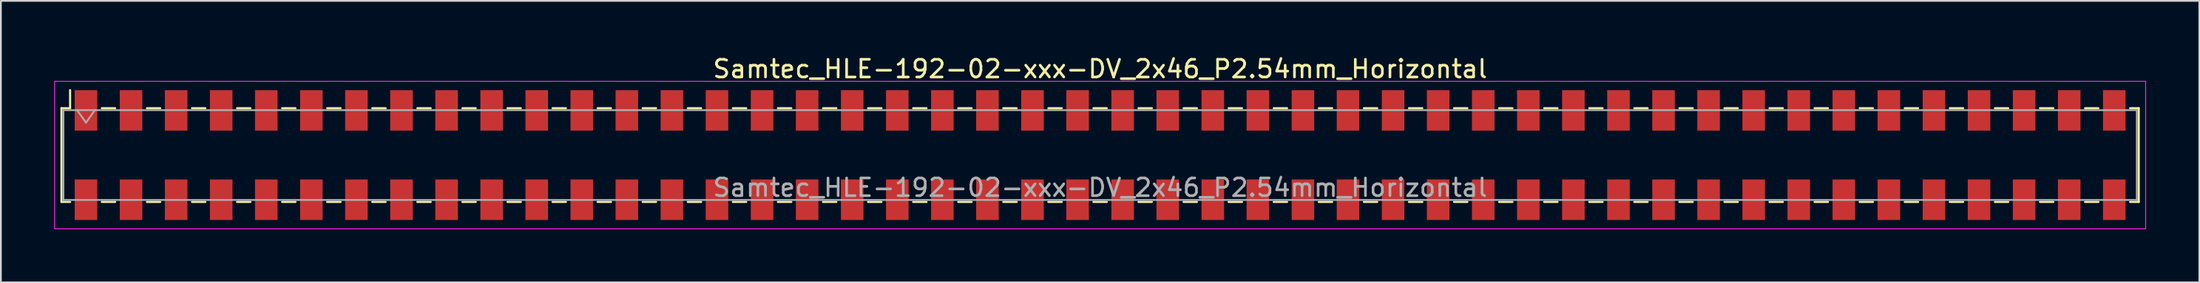
<source format=kicad_pcb>
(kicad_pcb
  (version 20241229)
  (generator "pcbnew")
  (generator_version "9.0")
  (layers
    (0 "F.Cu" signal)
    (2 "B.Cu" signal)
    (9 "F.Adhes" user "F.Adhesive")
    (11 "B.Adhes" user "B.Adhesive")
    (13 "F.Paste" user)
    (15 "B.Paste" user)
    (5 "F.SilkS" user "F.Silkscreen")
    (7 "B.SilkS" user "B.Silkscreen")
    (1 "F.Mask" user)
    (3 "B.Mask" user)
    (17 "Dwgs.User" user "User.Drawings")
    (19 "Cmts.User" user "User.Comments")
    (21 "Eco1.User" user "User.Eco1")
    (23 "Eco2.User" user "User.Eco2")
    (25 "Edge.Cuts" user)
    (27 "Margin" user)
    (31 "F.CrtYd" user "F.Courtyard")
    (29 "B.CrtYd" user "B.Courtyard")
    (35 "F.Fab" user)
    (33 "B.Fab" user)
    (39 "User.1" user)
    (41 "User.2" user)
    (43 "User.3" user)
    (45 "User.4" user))
  (footprint "Samtec_HLE-192-02-xxx-DV_2x46_P2.54mm_Horizontal"
    (layer "F.Cu")
    (at 58.945 5.718)
    (property "Reference" "Samtec_HLE-192-02-xxx-DV_2x46_P2.54mm_Horizontal" (at 0 -4.87 0) (layer "F.SilkS") (effects (font (size 1 1) (thickness 0.15))))
    (attr smd)
    (fp_line (start -58.53 -2.65) (end -58.53 2.65) (stroke (width 0.12) (type solid)) (layer "F.SilkS"))
    (fp_line (start -58.53 2.65) (end -58.045 2.65) (stroke (width 0.12) (type solid)) (layer "F.SilkS"))
    (fp_line (start -58.045 -3.67) (end -58.045 -2.65) (stroke (width 0.12) (type solid)) (layer "F.SilkS"))
    (fp_line (start -58.045 -2.65) (end -58.53 -2.65) (stroke (width 0.12) (type solid)) (layer "F.SilkS"))
    (fp_line (start -56.255 -2.65) (end -55.505 -2.65) (stroke (width 0.12) (type solid)) (layer "F.SilkS"))
    (fp_line (start -56.255 2.65) (end -55.505 2.65) (stroke (width 0.12) (type solid)) (layer "F.SilkS"))
    (fp_line (start -53.715 -2.65) (end -52.965 -2.65) (stroke (width 0.12) (type solid)) (layer "F.SilkS"))
    (fp_line (start -53.715 2.65) (end -52.965 2.65) (stroke (width 0.12) (type solid)) (layer "F.SilkS"))
    (fp_line (start -51.175 -2.65) (end -50.425 -2.65) (stroke (width 0.12) (type solid)) (layer "F.SilkS"))
    (fp_line (start -51.175 2.65) (end -50.425 2.65) (stroke (width 0.12) (type solid)) (layer "F.SilkS"))
    (fp_line (start -48.635 -2.65) (end -47.885 -2.65) (stroke (width 0.12) (type solid)) (layer "F.SilkS"))
    (fp_line (start -48.635 2.65) (end -47.885 2.65) (stroke (width 0.12) (type solid)) (layer "F.SilkS"))
    (fp_line (start -46.095 -2.65) (end -45.345 -2.65) (stroke (width 0.12) (type solid)) (layer "F.SilkS"))
    (fp_line (start -46.095 2.65) (end -45.345 2.65) (stroke (width 0.12) (type solid)) (layer "F.SilkS"))
    (fp_line (start -43.555 -2.65) (end -42.805 -2.65) (stroke (width 0.12) (type solid)) (layer "F.SilkS"))
    (fp_line (start -43.555 2.65) (end -42.805 2.65) (stroke (width 0.12) (type solid)) (layer "F.SilkS"))
    (fp_line (start -41.015 -2.65) (end -40.265 -2.65) (stroke (width 0.12) (type solid)) (layer "F.SilkS"))
    (fp_line (start -41.015 2.65) (end -40.265 2.65) (stroke (width 0.12) (type solid)) (layer "F.SilkS"))
    (fp_line (start -38.475 -2.65) (end -37.725 -2.65) (stroke (width 0.12) (type solid)) (layer "F.SilkS"))
    (fp_line (start -38.475 2.65) (end -37.725 2.65) (stroke (width 0.12) (type solid)) (layer "F.SilkS"))
    (fp_line (start -35.935 -2.65) (end -35.185 -2.65) (stroke (width 0.12) (type solid)) (layer "F.SilkS"))
    (fp_line (start -35.935 2.65) (end -35.185 2.65) (stroke (width 0.12) (type solid)) (layer "F.SilkS"))
    (fp_line (start -33.395 -2.65) (end -32.645 -2.65) (stroke (width 0.12) (type solid)) (layer "F.SilkS"))
    (fp_line (start -33.395 2.65) (end -32.645 2.65) (stroke (width 0.12) (type solid)) (layer "F.SilkS"))
    (fp_line (start -30.855 -2.65) (end -30.105 -2.65) (stroke (width 0.12) (type solid)) (layer "F.SilkS"))
    (fp_line (start -30.855 2.65) (end -30.105 2.65) (stroke (width 0.12) (type solid)) (layer "F.SilkS"))
    (fp_line (start -28.315 -2.65) (end -27.565 -2.65) (stroke (width 0.12) (type solid)) (layer "F.SilkS"))
    (fp_line (start -28.315 2.65) (end -27.565 2.65) (stroke (width 0.12) (type solid)) (layer "F.SilkS"))
    (fp_line (start -25.775 -2.65) (end -25.025 -2.65) (stroke (width 0.12) (type solid)) (layer "F.SilkS"))
    (fp_line (start -25.775 2.65) (end -25.025 2.65) (stroke (width 0.12) (type solid)) (layer "F.SilkS"))
    (fp_line (start -23.235 -2.65) (end -22.485 -2.65) (stroke (width 0.12) (type solid)) (layer "F.SilkS"))
    (fp_line (start -23.235 2.65) (end -22.485 2.65) (stroke (width 0.12) (type solid)) (layer "F.SilkS"))
    (fp_line (start -20.695 -2.65) (end -19.945 -2.65) (stroke (width 0.12) (type solid)) (layer "F.SilkS"))
    (fp_line (start -20.695 2.65) (end -19.945 2.65) (stroke (width 0.12) (type solid)) (layer "F.SilkS"))
    (fp_line (start -18.155 -2.65) (end -17.405 -2.65) (stroke (width 0.12) (type solid)) (layer "F.SilkS"))
    (fp_line (start -18.155 2.65) (end -17.405 2.65) (stroke (width 0.12) (type solid)) (layer "F.SilkS"))
    (fp_line (start -15.615 -2.65) (end -14.865 -2.65) (stroke (width 0.12) (type solid)) (layer "F.SilkS"))
    (fp_line (start -15.615 2.65) (end -14.865 2.65) (stroke (width 0.12) (type solid)) (layer "F.SilkS"))
    (fp_line (start -13.075 -2.65) (end -12.325 -2.65) (stroke (width 0.12) (type solid)) (layer "F.SilkS"))
    (fp_line (start -13.075 2.65) (end -12.325 2.65) (stroke (width 0.12) (type solid)) (layer "F.SilkS"))
    (fp_line (start -10.535 -2.65) (end -9.785 -2.65) (stroke (width 0.12) (type solid)) (layer "F.SilkS"))
    (fp_line (start -10.535 2.65) (end -9.785 2.65) (stroke (width 0.12) (type solid)) (layer "F.SilkS"))
    (fp_line (start -7.995 -2.65) (end -7.245 -2.65) (stroke (width 0.12) (type solid)) (layer "F.SilkS"))
    (fp_line (start -7.995 2.65) (end -7.245 2.65) (stroke (width 0.12) (type solid)) (layer "F.SilkS"))
    (fp_line (start -5.455 -2.65) (end -4.705 -2.65) (stroke (width 0.12) (type solid)) (layer "F.SilkS"))
    (fp_line (start -5.455 2.65) (end -4.705 2.65) (stroke (width 0.12) (type solid)) (layer "F.SilkS"))
    (fp_line (start -2.915 -2.65) (end -2.165 -2.65) (stroke (width 0.12) (type solid)) (layer "F.SilkS"))
    (fp_line (start -2.915 2.65) (end -2.165 2.65) (stroke (width 0.12) (type solid)) (layer "F.SilkS"))
    (fp_line (start -0.375 -2.65) (end 0.375 -2.65) (stroke (width 0.12) (type solid)) (layer "F.SilkS"))
    (fp_line (start -0.375 2.65) (end 0.375 2.65) (stroke (width 0.12) (type solid)) (layer "F.SilkS"))
    (fp_line (start 2.165 -2.65) (end 2.915 -2.65) (stroke (width 0.12) (type solid)) (layer "F.SilkS"))
    (fp_line (start 2.165 2.65) (end 2.915 2.65) (stroke (width 0.12) (type solid)) (layer "F.SilkS"))
    (fp_line (start 4.705 -2.65) (end 5.455 -2.65) (stroke (width 0.12) (type solid)) (layer "F.SilkS"))
    (fp_line (start 4.705 2.65) (end 5.455 2.65) (stroke (width 0.12) (type solid)) (layer "F.SilkS"))
    (fp_line (start 7.245 -2.65) (end 7.995 -2.65) (stroke (width 0.12) (type solid)) (layer "F.SilkS"))
    (fp_line (start 7.245 2.65) (end 7.995 2.65) (stroke (width 0.12) (type solid)) (layer "F.SilkS"))
    (fp_line (start 9.785 -2.65) (end 10.535 -2.65) (stroke (width 0.12) (type solid)) (layer "F.SilkS"))
    (fp_line (start 9.785 2.65) (end 10.535 2.65) (stroke (width 0.12) (type solid)) (layer "F.SilkS"))
    (fp_line (start 12.325 -2.65) (end 13.075 -2.65) (stroke (width 0.12) (type solid)) (layer "F.SilkS"))
    (fp_line (start 12.325 2.65) (end 13.075 2.65) (stroke (width 0.12) (type solid)) (layer "F.SilkS"))
    (fp_line (start 14.865 -2.65) (end 15.615 -2.65) (stroke (width 0.12) (type solid)) (layer "F.SilkS"))
    (fp_line (start 14.865 2.65) (end 15.615 2.65) (stroke (width 0.12) (type solid)) (layer "F.SilkS"))
    (fp_line (start 17.405 -2.65) (end 18.155 -2.65) (stroke (width 0.12) (type solid)) (layer "F.SilkS"))
    (fp_line (start 17.405 2.65) (end 18.155 2.65) (stroke (width 0.12) (type solid)) (layer "F.SilkS"))
    (fp_line (start 19.945 -2.65) (end 20.695 -2.65) (stroke (width 0.12) (type solid)) (layer "F.SilkS"))
    (fp_line (start 19.945 2.65) (end 20.695 2.65) (stroke (width 0.12) (type solid)) (layer "F.SilkS"))
    (fp_line (start 22.485 -2.65) (end 23.235 -2.65) (stroke (width 0.12) (type solid)) (layer "F.SilkS"))
    (fp_line (start 22.485 2.65) (end 23.235 2.65) (stroke (width 0.12) (type solid)) (layer "F.SilkS"))
    (fp_line (start 25.025 -2.65) (end 25.775 -2.65) (stroke (width 0.12) (type solid)) (layer "F.SilkS"))
    (fp_line (start 25.025 2.65) (end 25.775 2.65) (stroke (width 0.12) (type solid)) (layer "F.SilkS"))
    (fp_line (start 27.565 -2.65) (end 28.315 -2.65) (stroke (width 0.12) (type solid)) (layer "F.SilkS"))
    (fp_line (start 27.565 2.65) (end 28.315 2.65) (stroke (width 0.12) (type solid)) (layer "F.SilkS"))
    (fp_line (start 30.105 -2.65) (end 30.855 -2.65) (stroke (width 0.12) (type solid)) (layer "F.SilkS"))
    (fp_line (start 30.105 2.65) (end 30.855 2.65) (stroke (width 0.12) (type solid)) (layer "F.SilkS"))
    (fp_line (start 32.645 -2.65) (end 33.395 -2.65) (stroke (width 0.12) (type solid)) (layer "F.SilkS"))
    (fp_line (start 32.645 2.65) (end 33.395 2.65) (stroke (width 0.12) (type solid)) (layer "F.SilkS"))
    (fp_line (start 35.185 -2.65) (end 35.935 -2.65) (stroke (width 0.12) (type solid)) (layer "F.SilkS"))
    (fp_line (start 35.185 2.65) (end 35.935 2.65) (stroke (width 0.12) (type solid)) (layer "F.SilkS"))
    (fp_line (start 37.725 -2.65) (end 38.475 -2.65) (stroke (width 0.12) (type solid)) (layer "F.SilkS"))
    (fp_line (start 37.725 2.65) (end 38.475 2.65) (stroke (width 0.12) (type solid)) (layer "F.SilkS"))
    (fp_line (start 40.265 -2.65) (end 41.015 -2.65) (stroke (width 0.12) (type solid)) (layer "F.SilkS"))
    (fp_line (start 40.265 2.65) (end 41.015 2.65) (stroke (width 0.12) (type solid)) (layer "F.SilkS"))
    (fp_line (start 42.805 -2.65) (end 43.555 -2.65) (stroke (width 0.12) (type solid)) (layer "F.SilkS"))
    (fp_line (start 42.805 2.65) (end 43.555 2.65) (stroke (width 0.12) (type solid)) (layer "F.SilkS"))
    (fp_line (start 45.345 -2.65) (end 46.095 -2.65) (stroke (width 0.12) (type solid)) (layer "F.SilkS"))
    (fp_line (start 45.345 2.65) (end 46.095 2.65) (stroke (width 0.12) (type solid)) (layer "F.SilkS"))
    (fp_line (start 47.885 -2.65) (end 48.635 -2.65) (stroke (width 0.12) (type solid)) (layer "F.SilkS"))
    (fp_line (start 47.885 2.65) (end 48.635 2.65) (stroke (width 0.12) (type solid)) (layer "F.SilkS"))
    (fp_line (start 50.425 -2.65) (end 51.175 -2.65) (stroke (width 0.12) (type solid)) (layer "F.SilkS"))
    (fp_line (start 50.425 2.65) (end 51.175 2.65) (stroke (width 0.12) (type solid)) (layer "F.SilkS"))
    (fp_line (start 52.965 -2.65) (end 53.715 -2.65) (stroke (width 0.12) (type solid)) (layer "F.SilkS"))
    (fp_line (start 52.965 2.65) (end 53.715 2.65) (stroke (width 0.12) (type solid)) (layer "F.SilkS"))
    (fp_line (start 55.505 -2.65) (end 56.255 -2.65) (stroke (width 0.12) (type solid)) (layer "F.SilkS"))
    (fp_line (start 55.505 2.65) (end 56.255 2.65) (stroke (width 0.12) (type solid)) (layer "F.SilkS"))
    (fp_line (start 58.045 -2.65) (end 58.53 -2.65) (stroke (width 0.12) (type solid)) (layer "F.SilkS"))
    (fp_line (start 58.53 -2.65) (end 58.53 2.65) (stroke (width 0.12) (type solid)) (layer "F.SilkS"))
    (fp_line (start 58.53 2.65) (end 58.045 2.65) (stroke (width 0.12) (type solid)) (layer "F.SilkS"))
    (fp_line (start -58.92 -4.17) (end 58.92 -4.17) (stroke (width 0.05) (type solid)) (layer "F.CrtYd"))
    (fp_line (start -58.92 4.17) (end -58.92 -4.17) (stroke (width 0.05) (type solid)) (layer "F.CrtYd"))
    (fp_line (start 58.92 -4.17) (end 58.92 4.17) (stroke (width 0.05) (type solid)) (layer "F.CrtYd"))
    (fp_line (start 58.92 4.17) (end -58.92 4.17) (stroke (width 0.05) (type solid)) (layer "F.CrtYd"))
    (fp_line (start -58.42 -2.54) (end 58.42 -2.54) (stroke (width 0.1) (type solid)) (layer "F.Fab"))
    (fp_line (start -58.42 2.54) (end -58.42 -2.54) (stroke (width 0.1) (type solid)) (layer "F.Fab"))
    (fp_line (start -57.65 -2.54) (end -57.15 -1.833) (stroke (width 0.1) (type solid)) (layer "F.Fab"))
    (fp_line (start -57.15 -1.833) (end -56.65 -2.54) (stroke (width 0.1) (type solid)) (layer "F.Fab"))
    (fp_line (start 58.42 -2.54) (end 58.42 2.54) (stroke (width 0.1) (type solid)) (layer "F.Fab"))
    (fp_line (start 58.42 2.54) (end -58.42 2.54) (stroke (width 0.1) (type solid)) (layer "F.Fab"))
    (fp_text user "${REFERENCE}" (at 0 1.84 0) (layer "F.Fab") (effects (font (size 1 1) (thickness 0.15))))
    (pad "1" smd rect (at -57.15 -2.525) (size 1.27 2.29) (layers "F.Cu" "F.Mask" "F.Paste"))
    (pad "2" smd rect (at -57.15 2.525) (size 1.27 2.29) (layers "F.Cu" "F.Mask" "F.Paste"))
    (pad "3" smd rect (at -54.61 -2.525) (size 1.27 2.29) (layers "F.Cu" "F.Mask" "F.Paste"))
    (pad "4" smd rect (at -54.61 2.525) (size 1.27 2.29) (layers "F.Cu" "F.Mask" "F.Paste"))
    (pad "5" smd rect (at -52.07 -2.525) (size 1.27 2.29) (layers "F.Cu" "F.Mask" "F.Paste"))
    (pad "6" smd rect (at -52.07 2.525) (size 1.27 2.29) (layers "F.Cu" "F.Mask" "F.Paste"))
    (pad "7" smd rect (at -49.53 -2.525) (size 1.27 2.29) (layers "F.Cu" "F.Mask" "F.Paste"))
    (pad "8" smd rect (at -49.53 2.525) (size 1.27 2.29) (layers "F.Cu" "F.Mask" "F.Paste"))
    (pad "9" smd rect (at -46.99 -2.525) (size 1.27 2.29) (layers "F.Cu" "F.Mask" "F.Paste"))
    (pad "10" smd rect (at -46.99 2.525) (size 1.27 2.29) (layers "F.Cu" "F.Mask" "F.Paste"))
    (pad "11" smd rect (at -44.45 -2.525) (size 1.27 2.29) (layers "F.Cu" "F.Mask" "F.Paste"))
    (pad "12" smd rect (at -44.45 2.525) (size 1.27 2.29) (layers "F.Cu" "F.Mask" "F.Paste"))
    (pad "13" smd rect (at -41.91 -2.525) (size 1.27 2.29) (layers "F.Cu" "F.Mask" "F.Paste"))
    (pad "14" smd rect (at -41.91 2.525) (size 1.27 2.29) (layers "F.Cu" "F.Mask" "F.Paste"))
    (pad "15" smd rect (at -39.37 -2.525) (size 1.27 2.29) (layers "F.Cu" "F.Mask" "F.Paste"))
    (pad "16" smd rect (at -39.37 2.525) (size 1.27 2.29) (layers "F.Cu" "F.Mask" "F.Paste"))
    (pad "17" smd rect (at -36.83 -2.525) (size 1.27 2.29) (layers "F.Cu" "F.Mask" "F.Paste"))
    (pad "18" smd rect (at -36.83 2.525) (size 1.27 2.29) (layers "F.Cu" "F.Mask" "F.Paste"))
    (pad "19" smd rect (at -34.29 -2.525) (size 1.27 2.29) (layers "F.Cu" "F.Mask" "F.Paste"))
    (pad "20" smd rect (at -34.29 2.525) (size 1.27 2.29) (layers "F.Cu" "F.Mask" "F.Paste"))
    (pad "21" smd rect (at -31.75 -2.525) (size 1.27 2.29) (layers "F.Cu" "F.Mask" "F.Paste"))
    (pad "22" smd rect (at -31.75 2.525) (size 1.27 2.29) (layers "F.Cu" "F.Mask" "F.Paste"))
    (pad "23" smd rect (at -29.21 -2.525) (size 1.27 2.29) (layers "F.Cu" "F.Mask" "F.Paste"))
    (pad "24" smd rect (at -29.21 2.525) (size 1.27 2.29) (layers "F.Cu" "F.Mask" "F.Paste"))
    (pad "25" smd rect (at -26.67 -2.525) (size 1.27 2.29) (layers "F.Cu" "F.Mask" "F.Paste"))
    (pad "26" smd rect (at -26.67 2.525) (size 1.27 2.29) (layers "F.Cu" "F.Mask" "F.Paste"))
    (pad "27" smd rect (at -24.13 -2.525) (size 1.27 2.29) (layers "F.Cu" "F.Mask" "F.Paste"))
    (pad "28" smd rect (at -24.13 2.525) (size 1.27 2.29) (layers "F.Cu" "F.Mask" "F.Paste"))
    (pad "29" smd rect (at -21.59 -2.525) (size 1.27 2.29) (layers "F.Cu" "F.Mask" "F.Paste"))
    (pad "30" smd rect (at -21.59 2.525) (size 1.27 2.29) (layers "F.Cu" "F.Mask" "F.Paste"))
    (pad "31" smd rect (at -19.05 -2.525) (size 1.27 2.29) (layers "F.Cu" "F.Mask" "F.Paste"))
    (pad "32" smd rect (at -19.05 2.525) (size 1.27 2.29) (layers "F.Cu" "F.Mask" "F.Paste"))
    (pad "33" smd rect (at -16.51 -2.525) (size 1.27 2.29) (layers "F.Cu" "F.Mask" "F.Paste"))
    (pad "34" smd rect (at -16.51 2.525) (size 1.27 2.29) (layers "F.Cu" "F.Mask" "F.Paste"))
    (pad "35" smd rect (at -13.97 -2.525) (size 1.27 2.29) (layers "F.Cu" "F.Mask" "F.Paste"))
    (pad "36" smd rect (at -13.97 2.525) (size 1.27 2.29) (layers "F.Cu" "F.Mask" "F.Paste"))
    (pad "37" smd rect (at -11.43 -2.525) (size 1.27 2.29) (layers "F.Cu" "F.Mask" "F.Paste"))
    (pad "38" smd rect (at -11.43 2.525) (size 1.27 2.29) (layers "F.Cu" "F.Mask" "F.Paste"))
    (pad "39" smd rect (at -8.89 -2.525) (size 1.27 2.29) (layers "F.Cu" "F.Mask" "F.Paste"))
    (pad "40" smd rect (at -8.89 2.525) (size 1.27 2.29) (layers "F.Cu" "F.Mask" "F.Paste"))
    (pad "41" smd rect (at -6.35 -2.525) (size 1.27 2.29) (layers "F.Cu" "F.Mask" "F.Paste"))
    (pad "42" smd rect (at -6.35 2.525) (size 1.27 2.29) (layers "F.Cu" "F.Mask" "F.Paste"))
    (pad "43" smd rect (at -3.81 -2.525) (size 1.27 2.29) (layers "F.Cu" "F.Mask" "F.Paste"))
    (pad "44" smd rect (at -3.81 2.525) (size 1.27 2.29) (layers "F.Cu" "F.Mask" "F.Paste"))
    (pad "45" smd rect (at -1.27 -2.525) (size 1.27 2.29) (layers "F.Cu" "F.Mask" "F.Paste"))
    (pad "46" smd rect (at -1.27 2.525) (size 1.27 2.29) (layers "F.Cu" "F.Mask" "F.Paste"))
    (pad "47" smd rect (at 1.27 -2.525) (size 1.27 2.29) (layers "F.Cu" "F.Mask" "F.Paste"))
    (pad "48" smd rect (at 1.27 2.525) (size 1.27 2.29) (layers "F.Cu" "F.Mask" "F.Paste"))
    (pad "49" smd rect (at 3.81 -2.525) (size 1.27 2.29) (layers "F.Cu" "F.Mask" "F.Paste"))
    (pad "50" smd rect (at 3.81 2.525) (size 1.27 2.29) (layers "F.Cu" "F.Mask" "F.Paste"))
    (pad "51" smd rect (at 6.35 -2.525) (size 1.27 2.29) (layers "F.Cu" "F.Mask" "F.Paste"))
    (pad "52" smd rect (at 6.35 2.525) (size 1.27 2.29) (layers "F.Cu" "F.Mask" "F.Paste"))
    (pad "53" smd rect (at 8.89 -2.525) (size 1.27 2.29) (layers "F.Cu" "F.Mask" "F.Paste"))
    (pad "54" smd rect (at 8.89 2.525) (size 1.27 2.29) (layers "F.Cu" "F.Mask" "F.Paste"))
    (pad "55" smd rect (at 11.43 -2.525) (size 1.27 2.29) (layers "F.Cu" "F.Mask" "F.Paste"))
    (pad "56" smd rect (at 11.43 2.525) (size 1.27 2.29) (layers "F.Cu" "F.Mask" "F.Paste"))
    (pad "57" smd rect (at 13.97 -2.525) (size 1.27 2.29) (layers "F.Cu" "F.Mask" "F.Paste"))
    (pad "58" smd rect (at 13.97 2.525) (size 1.27 2.29) (layers "F.Cu" "F.Mask" "F.Paste"))
    (pad "59" smd rect (at 16.51 -2.525) (size 1.27 2.29) (layers "F.Cu" "F.Mask" "F.Paste"))
    (pad "60" smd rect (at 16.51 2.525) (size 1.27 2.29) (layers "F.Cu" "F.Mask" "F.Paste"))
    (pad "61" smd rect (at 19.05 -2.525) (size 1.27 2.29) (layers "F.Cu" "F.Mask" "F.Paste"))
    (pad "62" smd rect (at 19.05 2.525) (size 1.27 2.29) (layers "F.Cu" "F.Mask" "F.Paste"))
    (pad "63" smd rect (at 21.59 -2.525) (size 1.27 2.29) (layers "F.Cu" "F.Mask" "F.Paste"))
    (pad "64" smd rect (at 21.59 2.525) (size 1.27 2.29) (layers "F.Cu" "F.Mask" "F.Paste"))
    (pad "65" smd rect (at 24.13 -2.525) (size 1.27 2.29) (layers "F.Cu" "F.Mask" "F.Paste"))
    (pad "66" smd rect (at 24.13 2.525) (size 1.27 2.29) (layers "F.Cu" "F.Mask" "F.Paste"))
    (pad "67" smd rect (at 26.67 -2.525) (size 1.27 2.29) (layers "F.Cu" "F.Mask" "F.Paste"))
    (pad "68" smd rect (at 26.67 2.525) (size 1.27 2.29) (layers "F.Cu" "F.Mask" "F.Paste"))
    (pad "69" smd rect (at 29.21 -2.525) (size 1.27 2.29) (layers "F.Cu" "F.Mask" "F.Paste"))
    (pad "70" smd rect (at 29.21 2.525) (size 1.27 2.29) (layers "F.Cu" "F.Mask" "F.Paste"))
    (pad "71" smd rect (at 31.75 -2.525) (size 1.27 2.29) (layers "F.Cu" "F.Mask" "F.Paste"))
    (pad "72" smd rect (at 31.75 2.525) (size 1.27 2.29) (layers "F.Cu" "F.Mask" "F.Paste"))
    (pad "73" smd rect (at 34.29 -2.525) (size 1.27 2.29) (layers "F.Cu" "F.Mask" "F.Paste"))
    (pad "74" smd rect (at 34.29 2.525) (size 1.27 2.29) (layers "F.Cu" "F.Mask" "F.Paste"))
    (pad "75" smd rect (at 36.83 -2.525) (size 1.27 2.29) (layers "F.Cu" "F.Mask" "F.Paste"))
    (pad "76" smd rect (at 36.83 2.525) (size 1.27 2.29) (layers "F.Cu" "F.Mask" "F.Paste"))
    (pad "77" smd rect (at 39.37 -2.525) (size 1.27 2.29) (layers "F.Cu" "F.Mask" "F.Paste"))
    (pad "78" smd rect (at 39.37 2.525) (size 1.27 2.29) (layers "F.Cu" "F.Mask" "F.Paste"))
    (pad "79" smd rect (at 41.91 -2.525) (size 1.27 2.29) (layers "F.Cu" "F.Mask" "F.Paste"))
    (pad "80" smd rect (at 41.91 2.525) (size 1.27 2.29) (layers "F.Cu" "F.Mask" "F.Paste"))
    (pad "81" smd rect (at 44.45 -2.525) (size 1.27 2.29) (layers "F.Cu" "F.Mask" "F.Paste"))
    (pad "82" smd rect (at 44.45 2.525) (size 1.27 2.29) (layers "F.Cu" "F.Mask" "F.Paste"))
    (pad "83" smd rect (at 46.99 -2.525) (size 1.27 2.29) (layers "F.Cu" "F.Mask" "F.Paste"))
    (pad "84" smd rect (at 46.99 2.525) (size 1.27 2.29) (layers "F.Cu" "F.Mask" "F.Paste"))
    (pad "85" smd rect (at 49.53 -2.525) (size 1.27 2.29) (layers "F.Cu" "F.Mask" "F.Paste"))
    (pad "86" smd rect (at 49.53 2.525) (size 1.27 2.29) (layers "F.Cu" "F.Mask" "F.Paste"))
    (pad "87" smd rect (at 52.07 -2.525) (size 1.27 2.29) (layers "F.Cu" "F.Mask" "F.Paste"))
    (pad "88" smd rect (at 52.07 2.525) (size 1.27 2.29) (layers "F.Cu" "F.Mask" "F.Paste"))
    (pad "89" smd rect (at 54.61 -2.525) (size 1.27 2.29) (layers "F.Cu" "F.Mask" "F.Paste"))
    (pad "90" smd rect (at 54.61 2.525) (size 1.27 2.29) (layers "F.Cu" "F.Mask" "F.Paste"))
    (pad "91" smd rect (at 57.15 -2.525) (size 1.27 2.29) (layers "F.Cu" "F.Mask" "F.Paste"))
    (pad "92" smd rect (at 57.15 2.525) (size 1.27 2.29) (layers "F.Cu" "F.Mask" "F.Paste")))
  (gr_rect
    (start -3 -3)
    (end 120.89 12.913)
    (stroke (width 0.1) (type default))
    (fill no)
    (layer "Edge.Cuts")))
</source>
